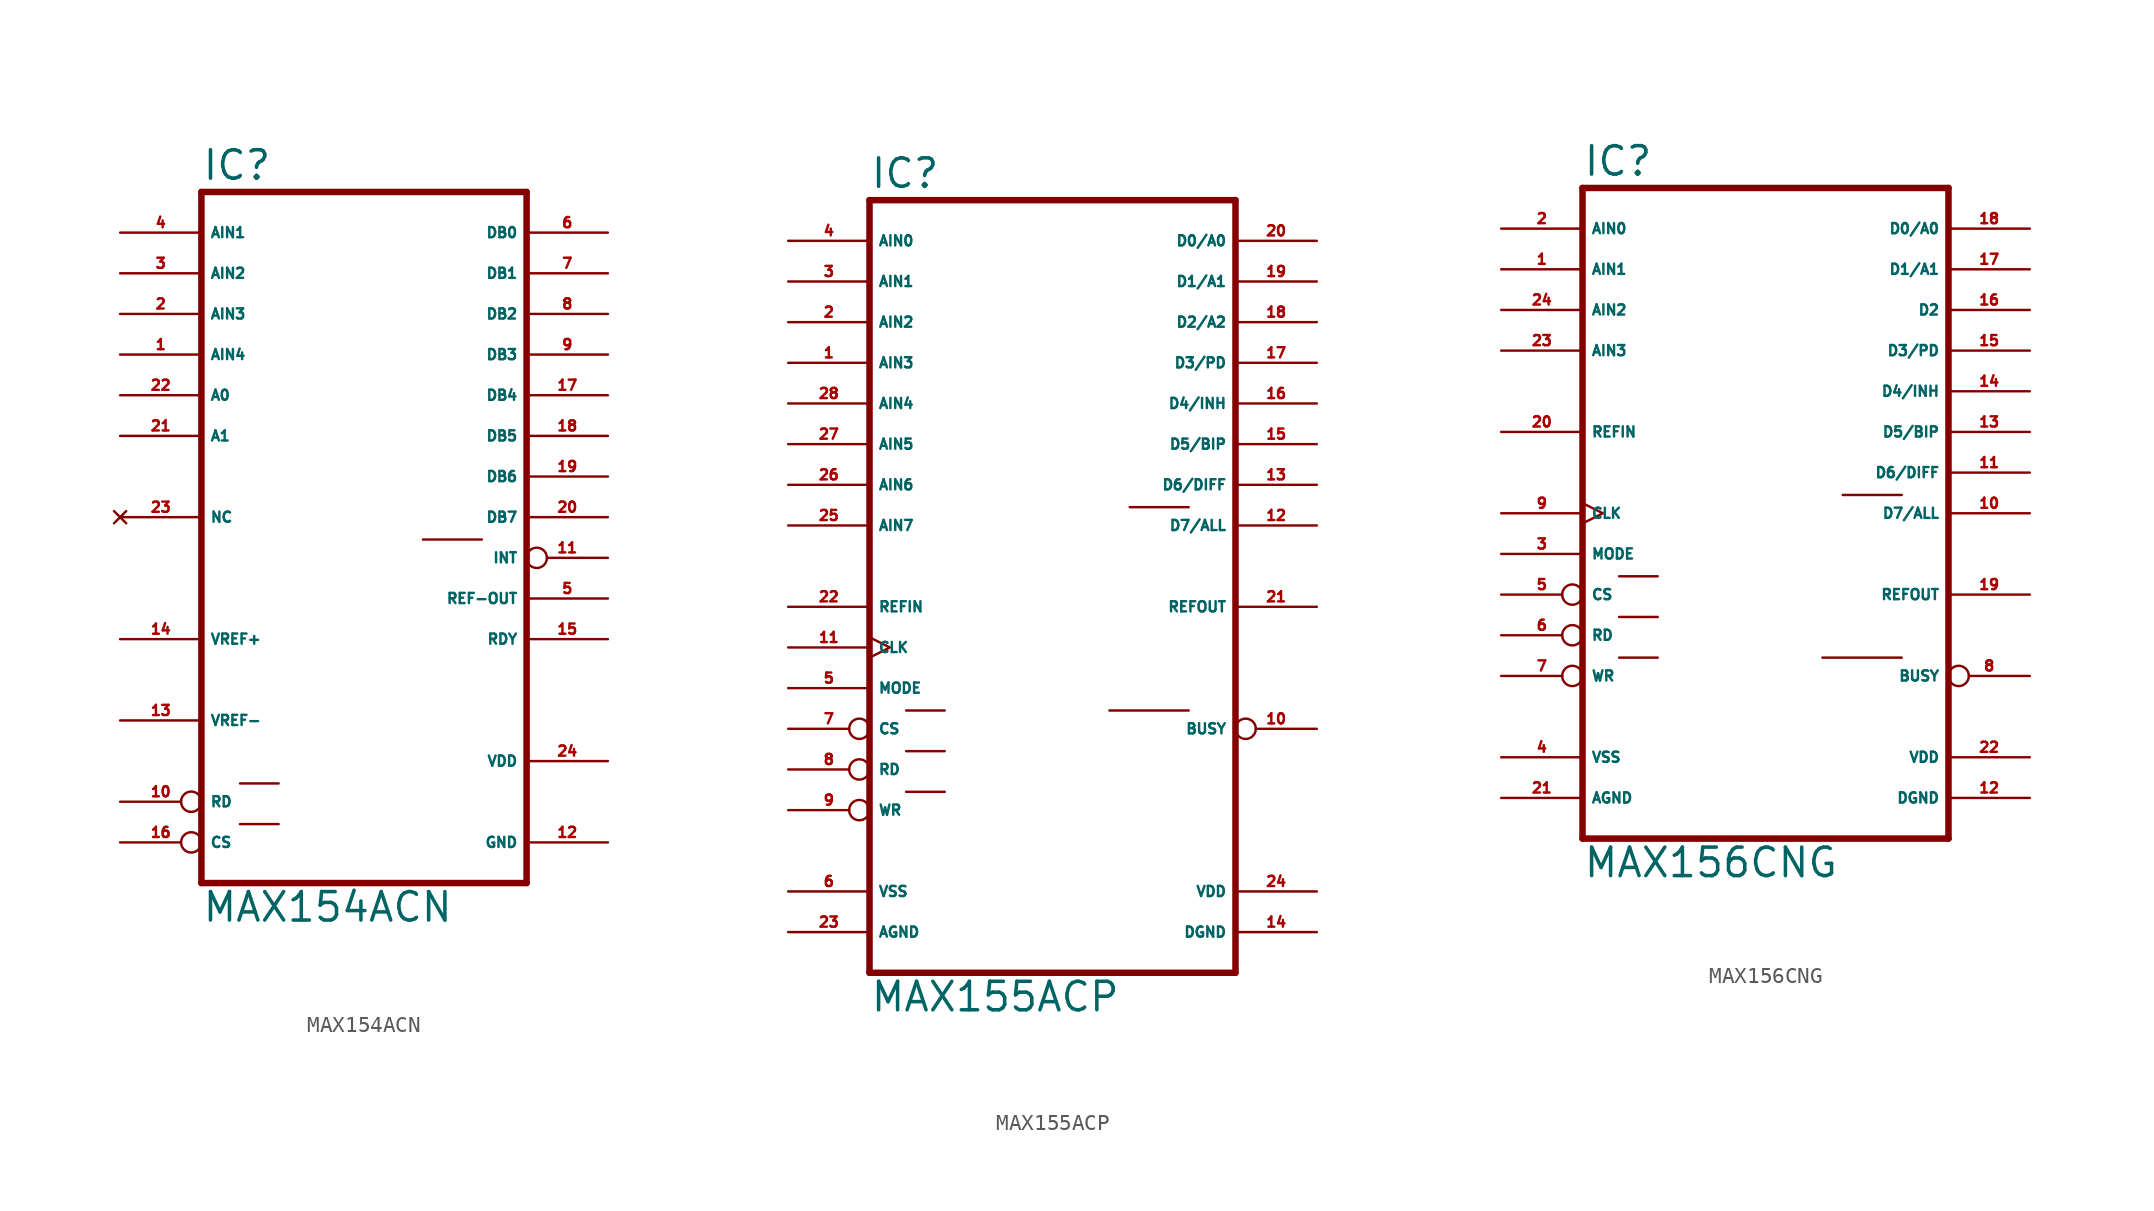
<source format=kicad_sym>
(kicad_symbol_lib
  (version 20220914)
  (generator Eagle2Kicad)
  (symbol "MAX154ACN"
    (property "Reference" "IC"
      (at -10.16 20.955 0)
      (effects (font (size 1.778 1.778) (thickness 0.22)) (justify left bottom)))
    (property "Value" "MAX154ACN"
      (at -10.16 -25.4 0)
      (effects (font (size 1.778 1.778) (thickness 0.22)) (justify left bottom)))
    (polyline
      (pts (xy -10.16 -22.86) (xy 10.16 -22.86))
      (stroke (width 0.406) (type default))
      (fill (type none)))
    (polyline
      (pts (xy 10.16 20.32) (xy 10.16 -22.86))
      (stroke (width 0.406) (type default))
      (fill (type none)))
    (polyline
      (pts (xy 10.16 20.32) (xy -10.16 20.32))
      (stroke (width 0.406) (type default))
      (fill (type none)))
    (polyline
      (pts (xy -10.16 -22.86) (xy -10.16 20.32))
      (stroke (width 0.406) (type default))
      (fill (type none)))
    (polyline
      (pts (xy -7.747 -19.177) (xy -5.334 -19.177))
      (stroke (width 0.152) (type default))
      (fill (type none)))
    (polyline
      (pts (xy -7.747 -16.637) (xy -5.334 -16.637))
      (stroke (width 0.152) (type default))
      (fill (type none)))
    (polyline
      (pts (xy 3.683 -1.397) (xy 7.366 -1.397))
      (stroke (width 0.152) (type default))
      (fill (type none)))
    (pin input line
      (at -15.24 17.78 0)
      (length 5.08)
      (name "AIN1" (effects (font (size 0.635 0.635) (thickness 0.08)) (justify left bottom)))
      (number "4" (effects (font (size 0.635 0.635) (thickness 0.08)) (justify left bottom))))
    (pin input line
      (at -15.24 15.24 0)
      (length 5.08)
      (name "AIN2" (effects (font (size 0.635 0.635) (thickness 0.08)) (justify left bottom)))
      (number "3" (effects (font (size 0.635 0.635) (thickness 0.08)) (justify left bottom))))
    (pin input line
      (at -15.24 12.7 0)
      (length 5.08)
      (name "AIN3" (effects (font (size 0.635 0.635) (thickness 0.08)) (justify left bottom)))
      (number "2" (effects (font (size 0.635 0.635) (thickness 0.08)) (justify left bottom))))
    (pin input line
      (at -15.24 10.16 0)
      (length 5.08)
      (name "AIN4" (effects (font (size 0.635 0.635) (thickness 0.08)) (justify left bottom)))
      (number "1" (effects (font (size 0.635 0.635) (thickness 0.08)) (justify left bottom))))
    (pin input inverted
      (at -15.24 -17.78 0)
      (length 5.08)
      (name "RD" (effects (font (size 0.635 0.635) (thickness 0.08)) (justify left bottom)))
      (number "10" (effects (font (size 0.635 0.635) (thickness 0.08)) (justify left bottom))))
    (pin input inverted
      (at -15.24 -20.32 0)
      (length 5.08)
      (name "CS" (effects (font (size 0.635 0.635) (thickness 0.08)) (justify left bottom)))
      (number "16" (effects (font (size 0.635 0.635) (thickness 0.08)) (justify left bottom))))
    (pin tri_state line
      (at 15.24 17.78 180)
      (length 5.08)
      (name "DB0" (effects (font (size 0.635 0.635) (thickness 0.08)) (justify left bottom)))
      (number "6" (effects (font (size 0.635 0.635) (thickness 0.08)) (justify left bottom))))
    (pin tri_state line
      (at 15.24 15.24 180)
      (length 5.08)
      (name "DB1" (effects (font (size 0.635 0.635) (thickness 0.08)) (justify left bottom)))
      (number "7" (effects (font (size 0.635 0.635) (thickness 0.08)) (justify left bottom))))
    (pin tri_state line
      (at 15.24 12.7 180)
      (length 5.08)
      (name "DB2" (effects (font (size 0.635 0.635) (thickness 0.08)) (justify left bottom)))
      (number "8" (effects (font (size 0.635 0.635) (thickness 0.08)) (justify left bottom))))
    (pin tri_state line
      (at 15.24 10.16 180)
      (length 5.08)
      (name "DB3" (effects (font (size 0.635 0.635) (thickness 0.08)) (justify left bottom)))
      (number "9" (effects (font (size 0.635 0.635) (thickness 0.08)) (justify left bottom))))
    (pin tri_state line
      (at 15.24 7.62 180)
      (length 5.08)
      (name "DB4" (effects (font (size 0.635 0.635) (thickness 0.08)) (justify left bottom)))
      (number "17" (effects (font (size 0.635 0.635) (thickness 0.08)) (justify left bottom))))
    (pin tri_state line
      (at 15.24 5.08 180)
      (length 5.08)
      (name "DB5" (effects (font (size 0.635 0.635) (thickness 0.08)) (justify left bottom)))
      (number "18" (effects (font (size 0.635 0.635) (thickness 0.08)) (justify left bottom))))
    (pin tri_state line
      (at 15.24 2.54 180)
      (length 5.08)
      (name "DB6" (effects (font (size 0.635 0.635) (thickness 0.08)) (justify left bottom)))
      (number "19" (effects (font (size 0.635 0.635) (thickness 0.08)) (justify left bottom))))
    (pin tri_state line
      (at 15.24 0 180)
      (length 5.08)
      (name "DB7" (effects (font (size 0.635 0.635) (thickness 0.08)) (justify left bottom)))
      (number "20" (effects (font (size 0.635 0.635) (thickness 0.08)) (justify left bottom))))
    (pin output line
      (at 15.24 -5.08 180)
      (length 5.08)
      (name "REF-OUT" (effects (font (size 0.635 0.635) (thickness 0.08)) (justify left bottom)))
      (number "5" (effects (font (size 0.635 0.635) (thickness 0.08)) (justify left bottom))))
    (pin output line
      (at 15.24 -7.62 180)
      (length 5.08)
      (name "RDY" (effects (font (size 0.635 0.635) (thickness 0.08)) (justify left bottom)))
      (number "15" (effects (font (size 0.635 0.635) (thickness 0.08)) (justify left bottom))))
    (pin unspecified line
      (at 15.24 -15.24 180)
      (length 5.08)
      (name "VDD" (effects (font (size 0.635 0.635) (thickness 0.08)) (justify left bottom)))
      (number "24" (effects (font (size 0.635 0.635) (thickness 0.08)) (justify left bottom))))
    (pin unspecified line
      (at 15.24 -20.32 180)
      (length 5.08)
      (name "GND" (effects (font (size 0.635 0.635) (thickness 0.08)) (justify left bottom)))
      (number "12" (effects (font (size 0.635 0.635) (thickness 0.08)) (justify left bottom))))
    (pin passive line
      (at -15.24 -7.62 0)
      (length 5.08)
      (name "VREF+" (effects (font (size 0.635 0.635) (thickness 0.08)) (justify left bottom)))
      (number "14" (effects (font (size 0.635 0.635) (thickness 0.08)) (justify left bottom))))
    (pin passive line
      (at -15.24 -12.7 0)
      (length 5.08)
      (name "VREF-" (effects (font (size 0.635 0.635) (thickness 0.08)) (justify left bottom)))
      (number "13" (effects (font (size 0.635 0.635) (thickness 0.08)) (justify left bottom))))
    (pin output inverted
      (at 15.24 -2.54 180)
      (length 5.08)
      (name "INT" (effects (font (size 0.635 0.635) (thickness 0.08)) (justify left bottom)))
      (number "11" (effects (font (size 0.635 0.635) (thickness 0.08)) (justify left bottom))))
    (pin input line
      (at -15.24 7.62 0)
      (length 5.08)
      (name "A0" (effects (font (size 0.635 0.635) (thickness 0.08)) (justify left bottom)))
      (number "22" (effects (font (size 0.635 0.635) (thickness 0.08)) (justify left bottom))))
    (pin input line
      (at -15.24 5.08 0)
      (length 5.08)
      (name "A1" (effects (font (size 0.635 0.635) (thickness 0.08)) (justify left bottom)))
      (number "21" (effects (font (size 0.635 0.635) (thickness 0.08)) (justify left bottom))))
    (pin no_connect line
      (at -15.24 0 0)
      (length 5.08)
      (name "NC" (effects (font (size 0.635 0.635) (thickness 0.08)) (justify left bottom) hide))
      (number "23" (effects (font (size 0.635 0.635) (thickness 0.08)) (justify left bottom) hide))))
  (symbol "MAX155ACP"
    (property "Reference" "IC"
      (at -10.16 23.495 0)
      (effects (font (size 1.778 1.778) (thickness 0.22)) (justify left bottom)))
    (property "Value" "MAX155ACP"
      (at -10.16 -27.94 0)
      (effects (font (size 1.778 1.778) (thickness 0.22)) (justify left bottom)))
    (polyline
      (pts (xy 12.7 -25.4) (xy -10.16 -25.4))
      (stroke (width 0.406) (type default))
      (fill (type none)))
    (polyline
      (pts (xy -10.16 22.86) (xy -10.16 -25.4))
      (stroke (width 0.406) (type default))
      (fill (type none)))
    (polyline
      (pts (xy -10.16 22.86) (xy 12.7 22.86))
      (stroke (width 0.406) (type default))
      (fill (type none)))
    (polyline
      (pts (xy 12.7 -25.4) (xy 12.7 22.86))
      (stroke (width 0.406) (type default))
      (fill (type none)))
    (polyline
      (pts (xy -7.874 -14.097) (xy -5.461 -14.097))
      (stroke (width 0.152) (type default))
      (fill (type none)))
    (polyline
      (pts (xy -7.874 -9.017) (xy -5.461 -9.017))
      (stroke (width 0.152) (type default))
      (fill (type none)))
    (polyline
      (pts (xy -7.874 -11.557) (xy -5.461 -11.557))
      (stroke (width 0.152) (type default))
      (fill (type none)))
    (polyline
      (pts (xy 4.826 -9.017) (xy 9.779 -9.017))
      (stroke (width 0.152) (type default))
      (fill (type none)))
    (polyline
      (pts (xy 6.096 3.683) (xy 9.779 3.683))
      (stroke (width 0.152) (type default))
      (fill (type none)))
    (pin unspecified line
      (at 17.78 -22.86 180)
      (length 5.08)
      (name "DGND" (effects (font (size 0.635 0.635) (thickness 0.08)) (justify left bottom)))
      (number "14" (effects (font (size 0.635 0.635) (thickness 0.08)) (justify left bottom))))
    (pin unspecified line
      (at -15.24 -20.32 0)
      (length 5.08)
      (name "VSS" (effects (font (size 0.635 0.635) (thickness 0.08)) (justify left bottom)))
      (number "6" (effects (font (size 0.635 0.635) (thickness 0.08)) (justify left bottom))))
    (pin unspecified line
      (at 17.78 -20.32 180)
      (length 5.08)
      (name "VDD" (effects (font (size 0.635 0.635) (thickness 0.08)) (justify left bottom)))
      (number "24" (effects (font (size 0.635 0.635) (thickness 0.08)) (justify left bottom))))
    (pin input inverted
      (at -15.24 -10.16 0)
      (length 5.08)
      (name "CS" (effects (font (size 0.635 0.635) (thickness 0.08)) (justify left bottom)))
      (number "7" (effects (font (size 0.635 0.635) (thickness 0.08)) (justify left bottom))))
    (pin output line
      (at 17.78 15.24 180)
      (length 5.08)
      (name "D2/A2" (effects (font (size 0.635 0.635) (thickness 0.08)) (justify left bottom)))
      (number "18" (effects (font (size 0.635 0.635) (thickness 0.08)) (justify left bottom))))
    (pin output line
      (at 17.78 17.78 180)
      (length 5.08)
      (name "D1/A1" (effects (font (size 0.635 0.635) (thickness 0.08)) (justify left bottom)))
      (number "19" (effects (font (size 0.635 0.635) (thickness 0.08)) (justify left bottom))))
    (pin output line
      (at 17.78 20.32 180)
      (length 5.08)
      (name "D0/A0" (effects (font (size 0.635 0.635) (thickness 0.08)) (justify left bottom)))
      (number "20" (effects (font (size 0.635 0.635) (thickness 0.08)) (justify left bottom))))
    (pin output line
      (at 17.78 12.7 180)
      (length 5.08)
      (name "D3/PD" (effects (font (size 0.635 0.635) (thickness 0.08)) (justify left bottom)))
      (number "17" (effects (font (size 0.635 0.635) (thickness 0.08)) (justify left bottom))))
    (pin unspecified line
      (at -15.24 -22.86 0)
      (length 5.08)
      (name "AGND" (effects (font (size 0.635 0.635) (thickness 0.08)) (justify left bottom)))
      (number "23" (effects (font (size 0.635 0.635) (thickness 0.08)) (justify left bottom))))
    (pin output line
      (at 17.78 10.16 180)
      (length 5.08)
      (name "D4/INH" (effects (font (size 0.635 0.635) (thickness 0.08)) (justify left bottom)))
      (number "16" (effects (font (size 0.635 0.635) (thickness 0.08)) (justify left bottom))))
    (pin output line
      (at 17.78 -2.54 180)
      (length 5.08)
      (name "REFOUT" (effects (font (size 0.635 0.635) (thickness 0.08)) (justify left bottom)))
      (number "21" (effects (font (size 0.635 0.635) (thickness 0.08)) (justify left bottom))))
    (pin input line
      (at -15.24 20.32 0)
      (length 5.08)
      (name "AIN0" (effects (font (size 0.635 0.635) (thickness 0.08)) (justify left bottom)))
      (number "4" (effects (font (size 0.635 0.635) (thickness 0.08)) (justify left bottom))))
    (pin input line
      (at -15.24 17.78 0)
      (length 5.08)
      (name "AIN1" (effects (font (size 0.635 0.635) (thickness 0.08)) (justify left bottom)))
      (number "3" (effects (font (size 0.635 0.635) (thickness 0.08)) (justify left bottom))))
    (pin output inverted
      (at 17.78 -10.16 180)
      (length 5.08)
      (name "BUSY" (effects (font (size 0.635 0.635) (thickness 0.08)) (justify left bottom)))
      (number "10" (effects (font (size 0.635 0.635) (thickness 0.08)) (justify left bottom))))
    (pin input line
      (at -15.24 -2.54 0)
      (length 5.08)
      (name "REFIN" (effects (font (size 0.635 0.635) (thickness 0.08)) (justify left bottom)))
      (number "22" (effects (font (size 0.635 0.635) (thickness 0.08)) (justify left bottom))))
    (pin input line
      (at -15.24 -7.62 0)
      (length 5.08)
      (name "MODE" (effects (font (size 0.635 0.635) (thickness 0.08)) (justify left bottom)))
      (number "5" (effects (font (size 0.635 0.635) (thickness 0.08)) (justify left bottom))))
    (pin input inverted
      (at -15.24 -15.24 0)
      (length 5.08)
      (name "WR" (effects (font (size 0.635 0.635) (thickness 0.08)) (justify left bottom)))
      (number "9" (effects (font (size 0.635 0.635) (thickness 0.08)) (justify left bottom))))
    (pin input inverted
      (at -15.24 -12.7 0)
      (length 5.08)
      (name "RD" (effects (font (size 0.635 0.635) (thickness 0.08)) (justify left bottom)))
      (number "8" (effects (font (size 0.635 0.635) (thickness 0.08)) (justify left bottom))))
    (pin output line
      (at 17.78 7.62 180)
      (length 5.08)
      (name "D5/BIP" (effects (font (size 0.635 0.635) (thickness 0.08)) (justify left bottom)))
      (number "15" (effects (font (size 0.635 0.635) (thickness 0.08)) (justify left bottom))))
    (pin output line
      (at 17.78 5.08 180)
      (length 5.08)
      (name "D6/DIFF" (effects (font (size 0.635 0.635) (thickness 0.08)) (justify left bottom)))
      (number "13" (effects (font (size 0.635 0.635) (thickness 0.08)) (justify left bottom))))
    (pin output line
      (at 17.78 2.54 180)
      (length 5.08)
      (name "D7/ALL" (effects (font (size 0.635 0.635) (thickness 0.08)) (justify left bottom)))
      (number "12" (effects (font (size 0.635 0.635) (thickness 0.08)) (justify left bottom))))
    (pin input line
      (at -15.24 15.24 0)
      (length 5.08)
      (name "AIN2" (effects (font (size 0.635 0.635) (thickness 0.08)) (justify left bottom)))
      (number "2" (effects (font (size 0.635 0.635) (thickness 0.08)) (justify left bottom))))
    (pin input line
      (at -15.24 12.7 0)
      (length 5.08)
      (name "AIN3" (effects (font (size 0.635 0.635) (thickness 0.08)) (justify left bottom)))
      (number "1" (effects (font (size 0.635 0.635) (thickness 0.08)) (justify left bottom))))
    (pin input line
      (at -15.24 10.16 0)
      (length 5.08)
      (name "AIN4" (effects (font (size 0.635 0.635) (thickness 0.08)) (justify left bottom)))
      (number "28" (effects (font (size 0.635 0.635) (thickness 0.08)) (justify left bottom))))
    (pin input line
      (at -15.24 7.62 0)
      (length 5.08)
      (name "AIN5" (effects (font (size 0.635 0.635) (thickness 0.08)) (justify left bottom)))
      (number "27" (effects (font (size 0.635 0.635) (thickness 0.08)) (justify left bottom))))
    (pin input line
      (at -15.24 5.08 0)
      (length 5.08)
      (name "AIN6" (effects (font (size 0.635 0.635) (thickness 0.08)) (justify left bottom)))
      (number "26" (effects (font (size 0.635 0.635) (thickness 0.08)) (justify left bottom))))
    (pin input line
      (at -15.24 2.54 0)
      (length 5.08)
      (name "AIN7" (effects (font (size 0.635 0.635) (thickness 0.08)) (justify left bottom)))
      (number "25" (effects (font (size 0.635 0.635) (thickness 0.08)) (justify left bottom))))
    (pin input clock
      (at -15.24 -5.08 0)
      (length 5.08)
      (name "CLK" (effects (font (size 0.635 0.635) (thickness 0.08)) (justify left bottom)))
      (number "11" (effects (font (size 0.635 0.635) (thickness 0.08)) (justify left bottom)))))
  (symbol "MAX156CNG"
    (property "Reference" "IC"
      (at -10.16 20.955 0)
      (effects (font (size 1.778 1.778) (thickness 0.22)) (justify left bottom)))
    (property "Value" "MAX156CNG"
      (at -10.16 -22.86 0)
      (effects (font (size 1.778 1.778) (thickness 0.22)) (justify left bottom)))
    (polyline
      (pts (xy 12.7 -20.32) (xy -10.16 -20.32))
      (stroke (width 0.406) (type default))
      (fill (type none)))
    (polyline
      (pts (xy -10.16 20.32) (xy -10.16 -20.32))
      (stroke (width 0.406) (type default))
      (fill (type none)))
    (polyline
      (pts (xy -10.16 20.32) (xy 12.7 20.32))
      (stroke (width 0.406) (type default))
      (fill (type none)))
    (polyline
      (pts (xy 12.7 -20.32) (xy 12.7 20.32))
      (stroke (width 0.406) (type default))
      (fill (type none)))
    (polyline
      (pts (xy -7.874 -9.017) (xy -5.461 -9.017))
      (stroke (width 0.152) (type default))
      (fill (type none)))
    (polyline
      (pts (xy -7.874 -3.937) (xy -5.461 -3.937))
      (stroke (width 0.152) (type default))
      (fill (type none)))
    (polyline
      (pts (xy -7.874 -6.477) (xy -5.461 -6.477))
      (stroke (width 0.152) (type default))
      (fill (type none)))
    (polyline
      (pts (xy 4.826 -9.017) (xy 9.779 -9.017))
      (stroke (width 0.152) (type default))
      (fill (type none)))
    (polyline
      (pts (xy 6.096 1.143) (xy 9.779 1.143))
      (stroke (width 0.152) (type default))
      (fill (type none)))
    (pin unspecified line
      (at 17.78 -17.78 180)
      (length 5.08)
      (name "DGND" (effects (font (size 0.635 0.635) (thickness 0.08)) (justify left bottom)))
      (number "12" (effects (font (size 0.635 0.635) (thickness 0.08)) (justify left bottom))))
    (pin unspecified line
      (at -15.24 -15.24 0)
      (length 5.08)
      (name "VSS" (effects (font (size 0.635 0.635) (thickness 0.08)) (justify left bottom)))
      (number "4" (effects (font (size 0.635 0.635) (thickness 0.08)) (justify left bottom))))
    (pin unspecified line
      (at 17.78 -15.24 180)
      (length 5.08)
      (name "VDD" (effects (font (size 0.635 0.635) (thickness 0.08)) (justify left bottom)))
      (number "22" (effects (font (size 0.635 0.635) (thickness 0.08)) (justify left bottom))))
    (pin input inverted
      (at -15.24 -5.08 0)
      (length 5.08)
      (name "CS" (effects (font (size 0.635 0.635) (thickness 0.08)) (justify left bottom)))
      (number "5" (effects (font (size 0.635 0.635) (thickness 0.08)) (justify left bottom))))
    (pin output line
      (at 17.78 12.7 180)
      (length 5.08)
      (name "D2" (effects (font (size 0.635 0.635) (thickness 0.08)) (justify left bottom)))
      (number "16" (effects (font (size 0.635 0.635) (thickness 0.08)) (justify left bottom))))
    (pin output line
      (at 17.78 15.24 180)
      (length 5.08)
      (name "D1/A1" (effects (font (size 0.635 0.635) (thickness 0.08)) (justify left bottom)))
      (number "17" (effects (font (size 0.635 0.635) (thickness 0.08)) (justify left bottom))))
    (pin output line
      (at 17.78 17.78 180)
      (length 5.08)
      (name "D0/A0" (effects (font (size 0.635 0.635) (thickness 0.08)) (justify left bottom)))
      (number "18" (effects (font (size 0.635 0.635) (thickness 0.08)) (justify left bottom))))
    (pin output line
      (at 17.78 10.16 180)
      (length 5.08)
      (name "D3/PD" (effects (font (size 0.635 0.635) (thickness 0.08)) (justify left bottom)))
      (number "15" (effects (font (size 0.635 0.635) (thickness 0.08)) (justify left bottom))))
    (pin unspecified line
      (at -15.24 -17.78 0)
      (length 5.08)
      (name "AGND" (effects (font (size 0.635 0.635) (thickness 0.08)) (justify left bottom)))
      (number "21" (effects (font (size 0.635 0.635) (thickness 0.08)) (justify left bottom))))
    (pin output line
      (at 17.78 7.62 180)
      (length 5.08)
      (name "D4/INH" (effects (font (size 0.635 0.635) (thickness 0.08)) (justify left bottom)))
      (number "14" (effects (font (size 0.635 0.635) (thickness 0.08)) (justify left bottom))))
    (pin output line
      (at 17.78 -5.08 180)
      (length 5.08)
      (name "REFOUT" (effects (font (size 0.635 0.635) (thickness 0.08)) (justify left bottom)))
      (number "19" (effects (font (size 0.635 0.635) (thickness 0.08)) (justify left bottom))))
    (pin input line
      (at -15.24 17.78 0)
      (length 5.08)
      (name "AIN0" (effects (font (size 0.635 0.635) (thickness 0.08)) (justify left bottom)))
      (number "2" (effects (font (size 0.635 0.635) (thickness 0.08)) (justify left bottom))))
    (pin input line
      (at -15.24 15.24 0)
      (length 5.08)
      (name "AIN1" (effects (font (size 0.635 0.635) (thickness 0.08)) (justify left bottom)))
      (number "1" (effects (font (size 0.635 0.635) (thickness 0.08)) (justify left bottom))))
    (pin output inverted
      (at 17.78 -10.16 180)
      (length 5.08)
      (name "BUSY" (effects (font (size 0.635 0.635) (thickness 0.08)) (justify left bottom)))
      (number "8" (effects (font (size 0.635 0.635) (thickness 0.08)) (justify left bottom))))
    (pin input line
      (at -15.24 5.08 0)
      (length 5.08)
      (name "REFIN" (effects (font (size 0.635 0.635) (thickness 0.08)) (justify left bottom)))
      (number "20" (effects (font (size 0.635 0.635) (thickness 0.08)) (justify left bottom))))
    (pin input line
      (at -15.24 -2.54 0)
      (length 5.08)
      (name "MODE" (effects (font (size 0.635 0.635) (thickness 0.08)) (justify left bottom)))
      (number "3" (effects (font (size 0.635 0.635) (thickness 0.08)) (justify left bottom))))
    (pin input inverted
      (at -15.24 -10.16 0)
      (length 5.08)
      (name "WR" (effects (font (size 0.635 0.635) (thickness 0.08)) (justify left bottom)))
      (number "7" (effects (font (size 0.635 0.635) (thickness 0.08)) (justify left bottom))))
    (pin input inverted
      (at -15.24 -7.62 0)
      (length 5.08)
      (name "RD" (effects (font (size 0.635 0.635) (thickness 0.08)) (justify left bottom)))
      (number "6" (effects (font (size 0.635 0.635) (thickness 0.08)) (justify left bottom))))
    (pin output line
      (at 17.78 5.08 180)
      (length 5.08)
      (name "D5/BIP" (effects (font (size 0.635 0.635) (thickness 0.08)) (justify left bottom)))
      (number "13" (effects (font (size 0.635 0.635) (thickness 0.08)) (justify left bottom))))
    (pin output line
      (at 17.78 2.54 180)
      (length 5.08)
      (name "D6/DIFF" (effects (font (size 0.635 0.635) (thickness 0.08)) (justify left bottom)))
      (number "11" (effects (font (size 0.635 0.635) (thickness 0.08)) (justify left bottom))))
    (pin output line
      (at 17.78 0 180)
      (length 5.08)
      (name "D7/ALL" (effects (font (size 0.635 0.635) (thickness 0.08)) (justify left bottom)))
      (number "10" (effects (font (size 0.635 0.635) (thickness 0.08)) (justify left bottom))))
    (pin input line
      (at -15.24 12.7 0)
      (length 5.08)
      (name "AIN2" (effects (font (size 0.635 0.635) (thickness 0.08)) (justify left bottom)))
      (number "24" (effects (font (size 0.635 0.635) (thickness 0.08)) (justify left bottom))))
    (pin input line
      (at -15.24 10.16 0)
      (length 5.08)
      (name "AIN3" (effects (font (size 0.635 0.635) (thickness 0.08)) (justify left bottom)))
      (number "23" (effects (font (size 0.635 0.635) (thickness 0.08)) (justify left bottom))))
    (pin input clock
      (at -15.24 0 0)
      (length 5.08)
      (name "CLK" (effects (font (size 0.635 0.635) (thickness 0.08)) (justify left bottom)))
      (number "9" (effects (font (size 0.635 0.635) (thickness 0.08)) (justify left bottom))))))
</source>
